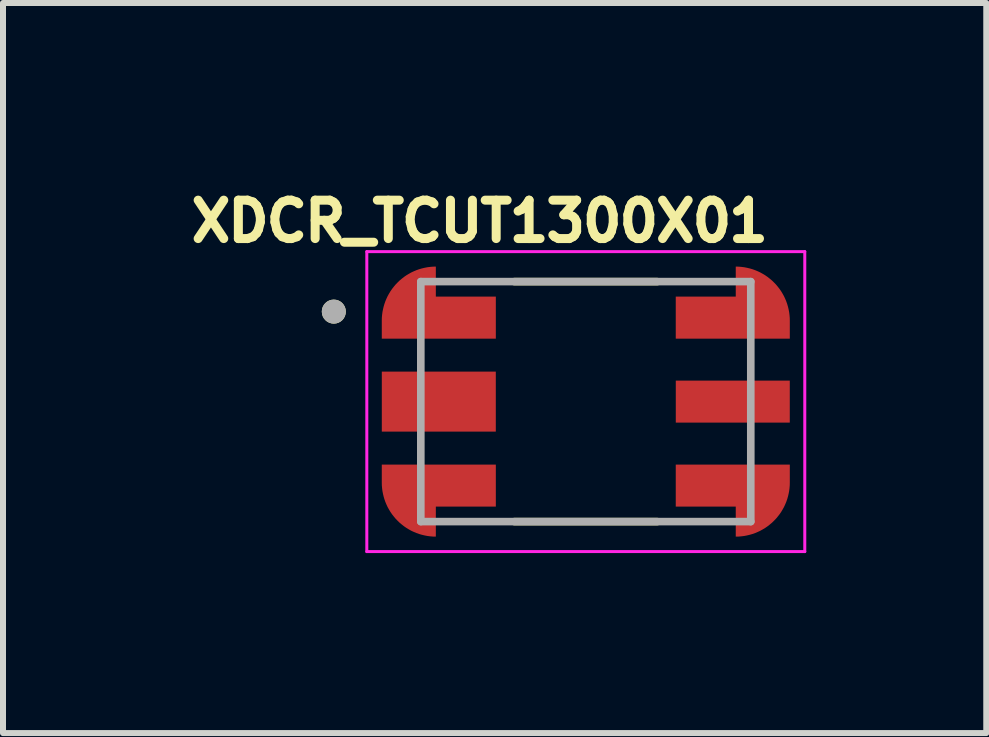
<source format=kicad_pcb>
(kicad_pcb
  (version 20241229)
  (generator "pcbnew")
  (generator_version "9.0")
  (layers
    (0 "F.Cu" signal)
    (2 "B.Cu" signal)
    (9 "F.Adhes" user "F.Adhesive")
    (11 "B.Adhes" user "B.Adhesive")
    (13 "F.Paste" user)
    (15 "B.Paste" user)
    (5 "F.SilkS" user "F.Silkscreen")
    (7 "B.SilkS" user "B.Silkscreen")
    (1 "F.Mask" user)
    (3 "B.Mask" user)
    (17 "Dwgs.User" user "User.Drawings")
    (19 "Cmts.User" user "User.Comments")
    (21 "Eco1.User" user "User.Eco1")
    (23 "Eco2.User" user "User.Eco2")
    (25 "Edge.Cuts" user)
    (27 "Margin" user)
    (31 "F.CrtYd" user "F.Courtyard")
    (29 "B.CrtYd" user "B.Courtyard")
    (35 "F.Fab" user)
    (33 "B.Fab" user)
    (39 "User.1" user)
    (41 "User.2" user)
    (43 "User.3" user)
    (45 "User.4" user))
  (footprint "XDCR_TCUT1300X01"
    (layer "F.Cu")
    (at 6.714 3.644)
    (property "Reference" "XDCR_TCUT1300X01" (at -1.768 -3.006 0) (layer "F.SilkS") (effects (font (size 0.64 0.64) (thickness 0.15))))
    (attr smd)
    (fp_poly (pts (xy -1.4 -0.95) (xy -3.5 -0.95) (xy -3.5 -1.35) (xy -3.495 -1.41) (xy -3.488 -1.464) (xy -3.478 -1.519) (xy -3.465 -1.572) (xy -3.45 -1.625) (xy -3.431 -1.677) (xy -3.41 -1.728) (xy -3.387 -1.777) (xy -3.36 -1.826) (xy -3.332 -1.873) (xy -3.3 -1.918) (xy -3.267 -1.962) (xy -3.231 -2.003) (xy -3.193 -2.043) (xy -3.153 -2.081) (xy -3.112 -2.117) (xy -3.068 -2.15) (xy -3.023 -2.182) (xy -2.976 -2.21) (xy -2.927 -2.237) (xy -2.878 -2.26) (xy -2.827 -2.281) (xy -2.775 -2.3) (xy -2.722 -2.315) (xy -2.669 -2.328) (xy -2.614 -2.338) (xy -2.56 -2.345) (xy -2.505 -2.35) (xy -2.45 -2.351) (xy -2.4 -2.35) (xy -2.4 -1.85) (xy -1.4 -1.85) (xy -1.4 -0.95)) (stroke (width 0.001) (type solid)) (fill yes) (layer "F.Mask"))
    (fp_poly (pts (xy -1.4 0.95) (xy -3.5 0.95) (xy -3.5 1.35) (xy -3.495 1.41) (xy -3.488 1.464) (xy -3.478 1.519) (xy -3.465 1.572) (xy -3.45 1.625) (xy -3.431 1.677) (xy -3.41 1.728) (xy -3.387 1.777) (xy -3.36 1.826) (xy -3.332 1.873) (xy -3.3 1.918) (xy -3.267 1.962) (xy -3.231 2.003) (xy -3.193 2.043) (xy -3.153 2.081) (xy -3.112 2.117) (xy -3.068 2.15) (xy -3.023 2.182) (xy -2.976 2.21) (xy -2.927 2.237) (xy -2.878 2.26) (xy -2.827 2.281) (xy -2.775 2.3) (xy -2.722 2.315) (xy -2.669 2.328) (xy -2.614 2.338) (xy -2.56 2.345) (xy -2.505 2.35) (xy -2.45 2.351) (xy -2.4 2.35) (xy -2.4 1.85) (xy -1.4 1.85) (xy -1.4 0.95)) (stroke (width 0.001) (type solid)) (fill yes) (layer "F.Mask"))
    (fp_poly (pts (xy 1.4 -0.95) (xy 3.5 -0.95) (xy 3.5 -1.35) (xy 3.495 -1.41) (xy 3.488 -1.464) (xy 3.478 -1.519) (xy 3.465 -1.572) (xy 3.45 -1.625) (xy 3.431 -1.677) (xy 3.41 -1.728) (xy 3.387 -1.777) (xy 3.36 -1.826) (xy 3.332 -1.873) (xy 3.3 -1.918) (xy 3.267 -1.962) (xy 3.231 -2.003) (xy 3.193 -2.043) (xy 3.153 -2.081) (xy 3.112 -2.117) (xy 3.068 -2.15) (xy 3.023 -2.182) (xy 2.976 -2.21) (xy 2.927 -2.237) (xy 2.878 -2.26) (xy 2.827 -2.281) (xy 2.775 -2.3) (xy 2.722 -2.315) (xy 2.669 -2.328) (xy 2.614 -2.338) (xy 2.56 -2.345) (xy 2.505 -2.35) (xy 2.45 -2.351) (xy 2.4 -2.35) (xy 2.4 -1.85) (xy 1.4 -1.85) (xy 1.4 -0.95)) (stroke (width 0.001) (type solid)) (fill yes) (layer "F.Mask"))
    (fp_poly (pts (xy 1.4 0.95) (xy 3.5 0.95) (xy 3.5 1.35) (xy 3.495 1.41) (xy 3.488 1.464) (xy 3.478 1.519) (xy 3.465 1.572) (xy 3.45 1.625) (xy 3.431 1.677) (xy 3.41 1.728) (xy 3.387 1.777) (xy 3.36 1.826) (xy 3.332 1.873) (xy 3.3 1.918) (xy 3.267 1.962) (xy 3.231 2.003) (xy 3.193 2.043) (xy 3.153 2.081) (xy 3.112 2.117) (xy 3.068 2.15) (xy 3.023 2.182) (xy 2.976 2.21) (xy 2.927 2.237) (xy 2.878 2.26) (xy 2.827 2.281) (xy 2.775 2.3) (xy 2.722 2.315) (xy 2.669 2.328) (xy 2.614 2.338) (xy 2.56 2.345) (xy 2.505 2.35) (xy 2.45 2.351) (xy 2.4 2.35) (xy 2.4 1.85) (xy 1.4 1.85) (xy 1.4 0.95)) (stroke (width 0.001) (type solid)) (fill yes) (layer "F.Mask"))
    (fp_line (start -1.19 -2) (end 1.19 -2) (stroke (width 0.127) (type solid)) (layer "F.SilkS"))
    (fp_line (start -1.19 2) (end 1.19 2) (stroke (width 0.127) (type solid)) (layer "F.SilkS"))
    (fp_circle (center -4.2 -1.5) (end -4.1 -1.5) (stroke (width 0.2) (type solid)) (fill no) (layer "F.SilkS"))
    (fp_poly (pts (xy -1.5 -1.05) (xy -3.4 -1.05) (xy -3.4 -1.35) (xy -3.399 -1.397) (xy -3.395 -1.444) (xy -3.389 -1.491) (xy -3.38 -1.537) (xy -3.369 -1.583) (xy -3.356 -1.628) (xy -3.34 -1.673) (xy -3.322 -1.716) (xy -3.302 -1.759) (xy -3.279 -1.8) (xy -3.255 -1.84) (xy -3.228 -1.879) (xy -3.199 -1.916) (xy -3.169 -1.952) (xy -3.136 -1.986) (xy -3.102 -2.019) (xy -3.066 -2.049) (xy -3.029 -2.078) (xy -2.99 -2.105) (xy -2.95 -2.129) (xy -2.909 -2.152) (xy -2.866 -2.172) (xy -2.823 -2.19) (xy -2.778 -2.206) (xy -2.733 -2.219) (xy -2.687 -2.23) (xy -2.641 -2.239) (xy -2.594 -2.245) (xy -2.547 -2.249) (xy -2.5 -2.25) (xy -2.5 -1.75) (xy -1.5 -1.75) (xy -1.5 -1.05)) (stroke (width 0.001) (type solid)) (fill yes) (layer "F.Paste"))
    (fp_poly (pts (xy -1.5 1.05) (xy -3.4 1.05) (xy -3.4 1.35) (xy -3.399 1.397) (xy -3.395 1.444) (xy -3.389 1.491) (xy -3.38 1.537) (xy -3.369 1.583) (xy -3.356 1.628) (xy -3.34 1.673) (xy -3.322 1.716) (xy -3.302 1.759) (xy -3.279 1.8) (xy -3.255 1.84) (xy -3.228 1.879) (xy -3.199 1.916) (xy -3.169 1.952) (xy -3.136 1.986) (xy -3.102 2.019) (xy -3.066 2.049) (xy -3.029 2.078) (xy -2.99 2.105) (xy -2.95 2.129) (xy -2.909 2.152) (xy -2.866 2.172) (xy -2.823 2.19) (xy -2.778 2.206) (xy -2.733 2.219) (xy -2.687 2.23) (xy -2.641 2.239) (xy -2.594 2.245) (xy -2.547 2.249) (xy -2.5 2.25) (xy -2.5 1.75) (xy -1.5 1.75) (xy -1.5 1.05)) (stroke (width 0.001) (type solid)) (fill yes) (layer "F.Paste"))
    (fp_poly (pts (xy 1.5 -1.05) (xy 3.4 -1.05) (xy 3.4 -1.35) (xy 3.399 -1.397) (xy 3.395 -1.444) (xy 3.389 -1.491) (xy 3.38 -1.537) (xy 3.369 -1.583) (xy 3.356 -1.628) (xy 3.34 -1.673) (xy 3.322 -1.716) (xy 3.302 -1.759) (xy 3.279 -1.8) (xy 3.255 -1.84) (xy 3.228 -1.879) (xy 3.199 -1.916) (xy 3.169 -1.952) (xy 3.136 -1.986) (xy 3.102 -2.019) (xy 3.066 -2.049) (xy 3.029 -2.078) (xy 2.99 -2.105) (xy 2.95 -2.129) (xy 2.909 -2.152) (xy 2.866 -2.172) (xy 2.823 -2.19) (xy 2.778 -2.206) (xy 2.733 -2.219) (xy 2.687 -2.23) (xy 2.641 -2.239) (xy 2.594 -2.245) (xy 2.547 -2.249) (xy 2.5 -2.25) (xy 2.5 -1.75) (xy 1.5 -1.75) (xy 1.5 -1.05)) (stroke (width 0.001) (type solid)) (fill yes) (layer "F.Paste"))
    (fp_poly (pts (xy 1.5 1.05) (xy 3.4 1.05) (xy 3.4 1.35) (xy 3.399 1.397) (xy 3.395 1.444) (xy 3.389 1.491) (xy 3.38 1.537) (xy 3.369 1.583) (xy 3.356 1.628) (xy 3.34 1.673) (xy 3.322 1.716) (xy 3.302 1.759) (xy 3.279 1.8) (xy 3.255 1.84) (xy 3.228 1.879) (xy 3.199 1.916) (xy 3.169 1.952) (xy 3.136 1.986) (xy 3.102 2.019) (xy 3.066 2.049) (xy 3.029 2.078) (xy 2.99 2.105) (xy 2.95 2.129) (xy 2.909 2.152) (xy 2.866 2.172) (xy 2.823 2.19) (xy 2.778 2.206) (xy 2.733 2.219) (xy 2.687 2.23) (xy 2.641 2.239) (xy 2.594 2.245) (xy 2.547 2.249) (xy 2.5 2.25) (xy 2.5 1.75) (xy 1.5 1.75) (xy 1.5 1.05)) (stroke (width 0.001) (type solid)) (fill yes) (layer "F.Paste"))
    (fp_line (start -3.65 -2.5) (end 3.65 -2.5) (stroke (width 0.05) (type solid)) (layer "F.CrtYd"))
    (fp_line (start -3.65 2.5) (end -3.65 -2.5) (stroke (width 0.05) (type solid)) (layer "F.CrtYd"))
    (fp_line (start 3.65 -2.5) (end 3.65 2.5) (stroke (width 0.05) (type solid)) (layer "F.CrtYd"))
    (fp_line (start 3.65 2.5) (end -3.65 2.5) (stroke (width 0.05) (type solid)) (layer "F.CrtYd"))
    (fp_line (start -2.75 -2) (end 2.75 -2) (stroke (width 0.127) (type solid)) (layer "F.Fab"))
    (fp_line (start -2.75 2) (end -2.75 -2) (stroke (width 0.127) (type solid)) (layer "F.Fab"))
    (fp_line (start 2.75 -2) (end 2.75 2) (stroke (width 0.127) (type solid)) (layer "F.Fab"))
    (fp_line (start 2.75 2) (end -2.75 2) (stroke (width 0.127) (type solid)) (layer "F.Fab"))
    (fp_circle (center -4.2 -1.5) (end -4.1 -1.5) (stroke (width 0.2) (type solid)) (fill no) (layer "F.Fab"))
    (pad "1" smd custom (at -2.3 -1.4) (size 1.6 0.7) (layers "F.Cu") (options (anchor rect)) (primitives (gr_poly (pts (xy 0.8 0.35) (xy -1.1 0.35) (xy -1.1 0.05) (xy -1.099 0.003) (xy -1.095 -0.044) (xy -1.089 -0.091) (xy -1.08 -0.137) (xy -1.069 -0.183) (xy -1.056 -0.228) (xy -1.04 -0.273) (xy -1.022 -0.316) (xy -1.002 -0.359) (xy -0.979 -0.4) (xy -0.955 -0.44) (xy -0.928 -0.479) (xy -0.899 -0.516) (xy -0.869 -0.552) (xy -0.836 -0.586) (xy -0.802 -0.619) (xy -0.766 -0.649) (xy -0.729 -0.678) (xy -0.69 -0.705) (xy -0.65 -0.729) (xy -0.609 -0.752) (xy -0.566 -0.772) (xy -0.523 -0.79) (xy -0.478 -0.806) (xy -0.433 -0.819) (xy -0.387 -0.83) (xy -0.341 -0.839) (xy -0.294 -0.845) (xy -0.247 -0.849) (xy -0.2 -0.85) (xy -0.2 -0.35) (xy 0.8 -0.35) (xy 0.8 0.35)) (width 0.001) (fill yes))))
    (pad "2" smd rect (at -2.45 0) (size 1.9 1) (layers "F.Cu" "F.Mask" "F.Paste"))
    (pad "3" smd custom (at -2.3 1.4) (size 1.6 0.7) (layers "F.Cu") (options (anchor rect)) (primitives (gr_poly (pts (xy 0.8 -0.35) (xy -1.1 -0.35) (xy -1.1 -0.05) (xy -1.099 -0.003) (xy -1.095 0.044) (xy -1.089 0.091) (xy -1.08 0.137) (xy -1.069 0.183) (xy -1.056 0.228) (xy -1.04 0.273) (xy -1.022 0.316) (xy -1.002 0.359) (xy -0.979 0.4) (xy -0.955 0.44) (xy -0.928 0.479) (xy -0.899 0.516) (xy -0.869 0.552) (xy -0.836 0.586) (xy -0.802 0.619) (xy -0.766 0.649) (xy -0.729 0.678) (xy -0.69 0.705) (xy -0.65 0.729) (xy -0.609 0.752) (xy -0.566 0.772) (xy -0.523 0.79) (xy -0.478 0.806) (xy -0.433 0.819) (xy -0.387 0.83) (xy -0.341 0.839) (xy -0.294 0.845) (xy -0.247 0.849) (xy -0.2 0.85) (xy -0.2 0.35) (xy 0.8 0.35) (xy 0.8 -0.35)) (width 0.001) (fill yes))))
    (pad "4" smd custom (at 2.3 1.4) (size 1.6 0.7) (layers "F.Cu") (options (anchor rect)) (primitives (gr_poly (pts (xy -0.8 -0.35) (xy 1.1 -0.35) (xy 1.1 -0.05) (xy 1.099 -0.003) (xy 1.095 0.044) (xy 1.089 0.091) (xy 1.08 0.137) (xy 1.069 0.183) (xy 1.056 0.228) (xy 1.04 0.273) (xy 1.022 0.316) (xy 1.002 0.359) (xy 0.979 0.4) (xy 0.955 0.44) (xy 0.928 0.479) (xy 0.899 0.516) (xy 0.869 0.552) (xy 0.836 0.586) (xy 0.802 0.619) (xy 0.766 0.649) (xy 0.729 0.678) (xy 0.69 0.705) (xy 0.65 0.729) (xy 0.609 0.752) (xy 0.566 0.772) (xy 0.523 0.79) (xy 0.478 0.806) (xy 0.433 0.819) (xy 0.387 0.83) (xy 0.341 0.839) (xy 0.294 0.845) (xy 0.247 0.849) (xy 0.2 0.85) (xy 0.2 0.35) (xy -0.8 0.35) (xy -0.8 -0.35)) (width 0.001) (fill yes))))
    (pad "5" smd rect (at 2.45 0) (size 1.9 0.7) (layers "F.Cu" "F.Mask" "F.Paste"))
    (pad "6" smd custom (at 2.3 -1.4) (size 1.6 0.7) (layers "F.Cu") (options (anchor rect)) (primitives (gr_poly (pts (xy -0.8 0.35) (xy 1.1 0.35) (xy 1.1 0.05) (xy 1.099 0.003) (xy 1.095 -0.044) (xy 1.089 -0.091) (xy 1.08 -0.137) (xy 1.069 -0.183) (xy 1.056 -0.228) (xy 1.04 -0.273) (xy 1.022 -0.316) (xy 1.002 -0.359) (xy 0.979 -0.4) (xy 0.955 -0.44) (xy 0.928 -0.479) (xy 0.899 -0.516) (xy 0.869 -0.552) (xy 0.836 -0.586) (xy 0.802 -0.619) (xy 0.766 -0.649) (xy 0.729 -0.678) (xy 0.69 -0.705) (xy 0.65 -0.729) (xy 0.609 -0.752) (xy 0.566 -0.772) (xy 0.523 -0.79) (xy 0.478 -0.806) (xy 0.433 -0.819) (xy 0.387 -0.83) (xy 0.341 -0.839) (xy 0.294 -0.845) (xy 0.247 -0.849) (xy 0.2 -0.85) (xy 0.2 -0.35) (xy -0.8 -0.35) (xy -0.8 0.35)) (width 0.001) (fill yes)))))
  (gr_rect
    (start -3 -3)
    (end 13.389 9.169)
    (stroke (width 0.1) (type default))
    (fill no)
    (layer "Edge.Cuts")))
</source>
